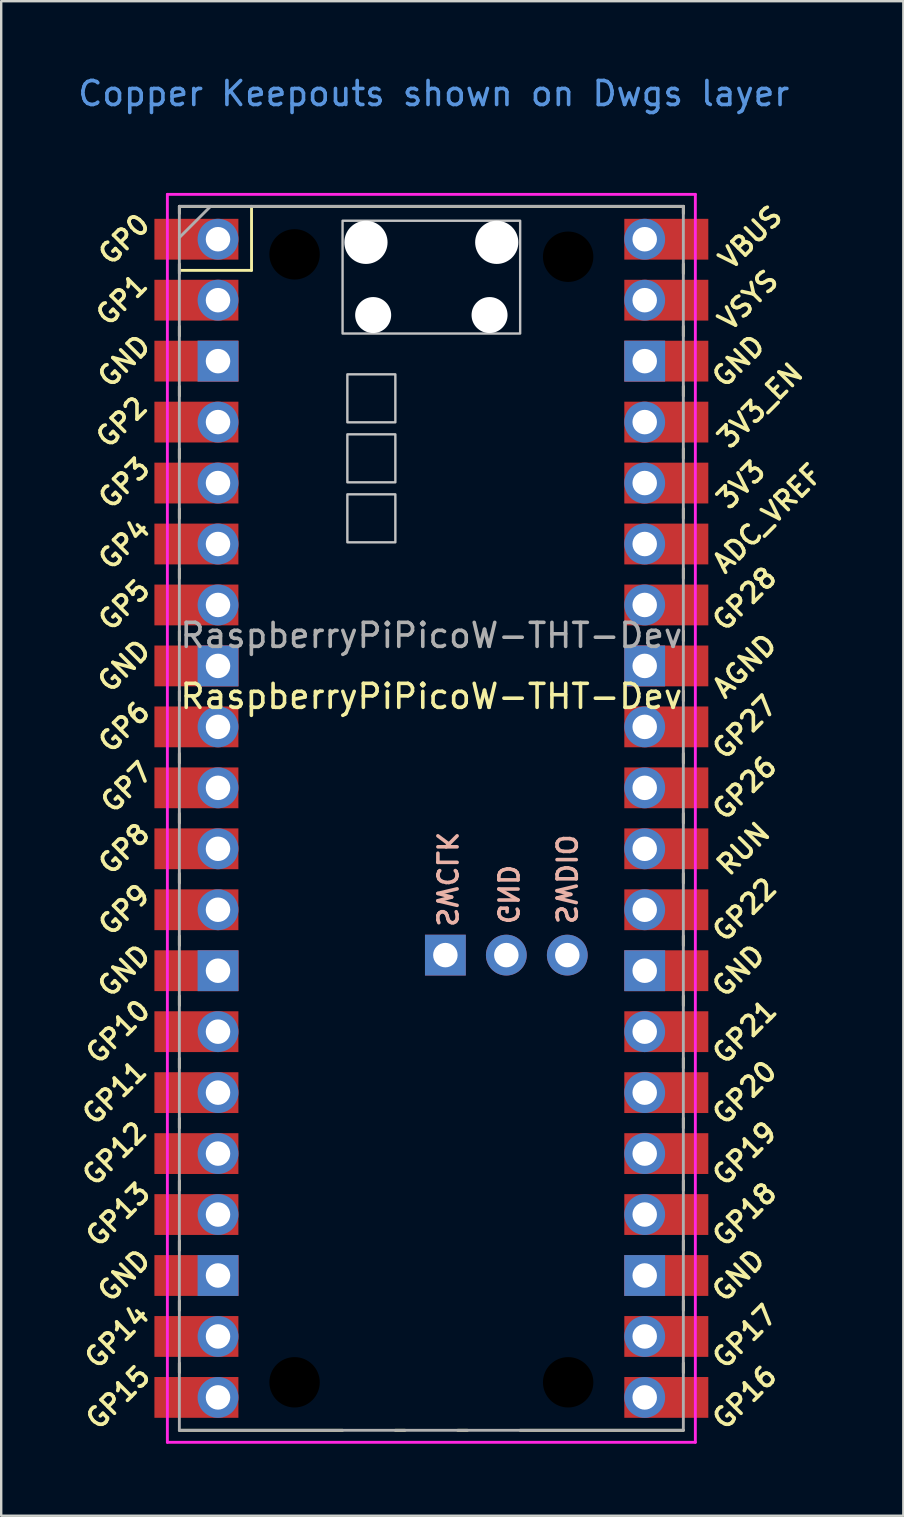
<source format=kicad_pcb>
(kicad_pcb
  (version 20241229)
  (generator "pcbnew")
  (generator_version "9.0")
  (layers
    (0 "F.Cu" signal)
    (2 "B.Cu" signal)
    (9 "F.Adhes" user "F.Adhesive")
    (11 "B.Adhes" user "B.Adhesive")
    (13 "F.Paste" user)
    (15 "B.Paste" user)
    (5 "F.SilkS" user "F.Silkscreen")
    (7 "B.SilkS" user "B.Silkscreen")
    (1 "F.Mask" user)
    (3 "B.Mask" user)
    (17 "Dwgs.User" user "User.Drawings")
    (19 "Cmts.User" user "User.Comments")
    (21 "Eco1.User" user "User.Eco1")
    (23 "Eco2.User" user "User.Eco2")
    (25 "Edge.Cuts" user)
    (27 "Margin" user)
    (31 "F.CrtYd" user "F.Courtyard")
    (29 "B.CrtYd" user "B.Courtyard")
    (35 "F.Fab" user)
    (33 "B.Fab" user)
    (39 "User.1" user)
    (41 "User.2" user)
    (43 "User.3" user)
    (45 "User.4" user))
  (footprint "RaspberryPiPicoW-THT-Dev"
    (layer "F.Cu")
    (at 14.924 31.048)
    (property "Reference" "RaspberryPiPicoW-THT-Dev" (at 0 -5.08 0) (layer "F.SilkS") (effects (font (size 1 1) (thickness 0.15))))
    (attr through_hole)
    (fp_line (start -10.5 -25.5) (end -10.5 -25.2) (stroke (width 0.12) (type solid)) (layer "F.SilkS"))
    (fp_line (start -10.5 -25.5) (end 10.5 -25.5) (stroke (width 0.12) (type solid)) (layer "F.SilkS"))
    (fp_line (start -10.5 -23.1) (end -10.5 -22.7) (stroke (width 0.12) (type solid)) (layer "F.SilkS"))
    (fp_line (start -10.5 -22.833) (end -7.493 -22.833) (stroke (width 0.12) (type solid)) (layer "F.SilkS"))
    (fp_line (start -10.5 -20.5) (end -10.5 -20.1) (stroke (width 0.12) (type solid)) (layer "F.SilkS"))
    (fp_line (start -10.5 -18) (end -10.5 -17.6) (stroke (width 0.12) (type solid)) (layer "F.SilkS"))
    (fp_line (start -10.5 -15.4) (end -10.5 -15) (stroke (width 0.12) (type solid)) (layer "F.SilkS"))
    (fp_line (start -10.5 -12.9) (end -10.5 -12.5) (stroke (width 0.12) (type solid)) (layer "F.SilkS"))
    (fp_line (start -10.5 -10.4) (end -10.5 -10) (stroke (width 0.12) (type solid)) (layer "F.SilkS"))
    (fp_line (start -10.5 -7.8) (end -10.5 -7.4) (stroke (width 0.12) (type solid)) (layer "F.SilkS"))
    (fp_line (start -10.5 -5.3) (end -10.5 -4.9) (stroke (width 0.12) (type solid)) (layer "F.SilkS"))
    (fp_line (start -10.5 -2.7) (end -10.5 -2.3) (stroke (width 0.12) (type solid)) (layer "F.SilkS"))
    (fp_line (start -10.5 -0.2) (end -10.5 0.2) (stroke (width 0.12) (type solid)) (layer "F.SilkS"))
    (fp_line (start -10.5 2.3) (end -10.5 2.7) (stroke (width 0.12) (type solid)) (layer "F.SilkS"))
    (fp_line (start -10.5 4.9) (end -10.5 5.3) (stroke (width 0.12) (type solid)) (layer "F.SilkS"))
    (fp_line (start -10.5 7.4) (end -10.5 7.8) (stroke (width 0.12) (type solid)) (layer "F.SilkS"))
    (fp_line (start -10.5 10) (end -10.5 10.4) (stroke (width 0.12) (type solid)) (layer "F.SilkS"))
    (fp_line (start -10.5 12.5) (end -10.5 12.9) (stroke (width 0.12) (type solid)) (layer "F.SilkS"))
    (fp_line (start -10.5 15.1) (end -10.5 15.5) (stroke (width 0.12) (type solid)) (layer "F.SilkS"))
    (fp_line (start -10.5 17.6) (end -10.5 18) (stroke (width 0.12) (type solid)) (layer "F.SilkS"))
    (fp_line (start -10.5 20.1) (end -10.5 20.5) (stroke (width 0.12) (type solid)) (layer "F.SilkS"))
    (fp_line (start -10.5 22.7) (end -10.5 23.1) (stroke (width 0.12) (type solid)) (layer "F.SilkS"))
    (fp_line (start -7.493 -22.833) (end -7.493 -25.5) (stroke (width 0.12) (type solid)) (layer "F.SilkS"))
    (fp_line (start -3.7 25.5) (end -10.5 25.5) (stroke (width 0.12) (type solid)) (layer "F.SilkS"))
    (fp_line (start -1.5 25.5) (end -1.1 25.5) (stroke (width 0.12) (type solid)) (layer "F.SilkS"))
    (fp_line (start 1.1 25.5) (end 1.5 25.5) (stroke (width 0.12) (type solid)) (layer "F.SilkS"))
    (fp_line (start 10.5 -25.5) (end 10.5 -25.2) (stroke (width 0.12) (type solid)) (layer "F.SilkS"))
    (fp_line (start 10.5 -23.1) (end 10.5 -22.7) (stroke (width 0.12) (type solid)) (layer "F.SilkS"))
    (fp_line (start 10.5 -20.5) (end 10.5 -20.1) (stroke (width 0.12) (type solid)) (layer "F.SilkS"))
    (fp_line (start 10.5 -18) (end 10.5 -17.6) (stroke (width 0.12) (type solid)) (layer "F.SilkS"))
    (fp_line (start 10.5 -15.4) (end 10.5 -15) (stroke (width 0.12) (type solid)) (layer "F.SilkS"))
    (fp_line (start 10.5 -12.9) (end 10.5 -12.5) (stroke (width 0.12) (type solid)) (layer "F.SilkS"))
    (fp_line (start 10.5 -10.4) (end 10.5 -10) (stroke (width 0.12) (type solid)) (layer "F.SilkS"))
    (fp_line (start 10.5 -7.8) (end 10.5 -7.4) (stroke (width 0.12) (type solid)) (layer "F.SilkS"))
    (fp_line (start 10.5 -5.3) (end 10.5 -4.9) (stroke (width 0.12) (type solid)) (layer "F.SilkS"))
    (fp_line (start 10.5 -2.7) (end 10.5 -2.3) (stroke (width 0.12) (type solid)) (layer "F.SilkS"))
    (fp_line (start 10.5 -0.2) (end 10.5 0.2) (stroke (width 0.12) (type solid)) (layer "F.SilkS"))
    (fp_line (start 10.5 2.3) (end 10.5 2.7) (stroke (width 0.12) (type solid)) (layer "F.SilkS"))
    (fp_line (start 10.5 4.9) (end 10.5 5.3) (stroke (width 0.12) (type solid)) (layer "F.SilkS"))
    (fp_line (start 10.5 7.4) (end 10.5 7.8) (stroke (width 0.12) (type solid)) (layer "F.SilkS"))
    (fp_line (start 10.5 10) (end 10.5 10.4) (stroke (width 0.12) (type solid)) (layer "F.SilkS"))
    (fp_line (start 10.5 12.5) (end 10.5 12.9) (stroke (width 0.12) (type solid)) (layer "F.SilkS"))
    (fp_line (start 10.5 15.1) (end 10.5 15.5) (stroke (width 0.12) (type solid)) (layer "F.SilkS"))
    (fp_line (start 10.5 17.6) (end 10.5 18) (stroke (width 0.12) (type solid)) (layer "F.SilkS"))
    (fp_line (start 10.5 20.1) (end 10.5 20.5) (stroke (width 0.12) (type solid)) (layer "F.SilkS"))
    (fp_line (start 10.5 22.7) (end 10.5 23.1) (stroke (width 0.12) (type solid)) (layer "F.SilkS"))
    (fp_line (start 10.5 25.5) (end 3.7 25.5) (stroke (width 0.12) (type solid)) (layer "F.SilkS"))
    (fp_poly (pts (xy -1.5 -16.5) (xy -3.5 -16.5) (xy -3.5 -18.5) (xy -1.5 -18.5)) (stroke (width 0.1) (type solid)) (fill no) (layer "Dwgs.User"))
    (fp_poly (pts (xy -1.5 -14) (xy -3.5 -14) (xy -3.5 -16) (xy -1.5 -16)) (stroke (width 0.1) (type solid)) (fill no) (layer "Dwgs.User"))
    (fp_poly (pts (xy -1.5 -11.5) (xy -3.5 -11.5) (xy -3.5 -13.5) (xy -1.5 -13.5)) (stroke (width 0.1) (type solid)) (fill no) (layer "Dwgs.User"))
    (fp_poly (pts (xy 3.7 -20.2) (xy -3.7 -20.2) (xy -3.7 -24.9) (xy 3.7 -24.9)) (stroke (width 0.1) (type solid)) (fill no) (layer "Dwgs.User"))
    (fp_line (start -11 -26) (end 11 -26) (stroke (width 0.12) (type solid)) (layer "F.CrtYd"))
    (fp_line (start -11 26) (end -11 -26) (stroke (width 0.12) (type solid)) (layer "F.CrtYd"))
    (fp_line (start 11 -26) (end 11 26) (stroke (width 0.12) (type solid)) (layer "F.CrtYd"))
    (fp_line (start 11 26) (end -11 26) (stroke (width 0.12) (type solid)) (layer "F.CrtYd"))
    (fp_line (start -10.5 -25.5) (end 10.5 -25.5) (stroke (width 0.12) (type solid)) (layer "F.Fab"))
    (fp_line (start -10.5 -24.2) (end -9.2 -25.5) (stroke (width 0.12) (type solid)) (layer "F.Fab"))
    (fp_line (start -10.5 25.5) (end -10.5 -25.5) (stroke (width 0.12) (type solid)) (layer "F.Fab"))
    (fp_line (start 10.5 -25.5) (end 10.5 25.5) (stroke (width 0.12) (type solid)) (layer "F.Fab"))
    (fp_line (start 10.5 25.5) (end -10.5 25.5) (stroke (width 0.12) (type solid)) (layer "F.Fab"))
    (fp_text user "3V3" (at 12.9 -13.9 45) (layer "F.SilkS") (effects (font (size 0.8 0.8) (thickness 0.15))))
    (fp_text user "VBUS" (at 13.3 -24.2 45) (layer "F.SilkS") (effects (font (size 0.8 0.8) (thickness 0.15))))
    (fp_text user "GP4" (at -12.8 -11.43 45) (layer "F.SilkS") (effects (font (size 0.8 0.8) (thickness 0.15))))
    (fp_text user "GP10" (at -13.054 8.89 45) (layer "F.SilkS") (effects (font (size 0.8 0.8) (thickness 0.15))))
    (fp_text user "GND" (at -12.8 19.05 45) (layer "F.SilkS") (effects (font (size 0.8 0.8) (thickness 0.15))))
    (fp_text user "GP17" (at 13.054 21.59 45) (layer "F.SilkS") (effects (font (size 0.8 0.8) (thickness 0.15))))
    (fp_text user "GP27" (at 13.054 -3.8 45) (layer "F.SilkS") (effects (font (size 0.8 0.8) (thickness 0.15))))
    (fp_text user "GP20" (at 13.054 11.43 45) (layer "F.SilkS") (effects (font (size 0.8 0.8) (thickness 0.15))))
    (fp_text user "GP9" (at -12.8 3.81 45) (layer "F.SilkS") (effects (font (size 0.8 0.8) (thickness 0.15))))
    (fp_text user "AGND" (at 13.054 -6.35 45) (layer "F.SilkS") (effects (font (size 0.8 0.8) (thickness 0.15))))
    (fp_text user "3V3_EN" (at 13.7 -17.2 45) (layer "F.SilkS") (effects (font (size 0.8 0.8) (thickness 0.15))))
    (fp_text user "GP11" (at -13.2 11.43 45) (layer "F.SilkS") (effects (font (size 0.8 0.8) (thickness 0.15))))
    (fp_text user "GP1" (at -12.9 -21.6 45) (layer "F.SilkS") (effects (font (size 0.8 0.8) (thickness 0.15))))
    (fp_text user "GP2" (at -12.9 -16.51 45) (layer "F.SilkS") (effects (font (size 0.8 0.8) (thickness 0.15))))
    (fp_text user "ADC_VREF" (at 14 -12.5 45) (layer "F.SilkS") (effects (font (size 0.8 0.8) (thickness 0.15))))
    (fp_text user "GP7" (at -12.7 -1.3 45) (layer "F.SilkS") (effects (font (size 0.8 0.8) (thickness 0.15))))
    (fp_text user "GND" (at -12.8 -19.05 45) (layer "F.SilkS") (effects (font (size 0.8 0.8) (thickness 0.15))))
    (fp_text user "GP19" (at 13.054 13.97 45) (layer "F.SilkS") (effects (font (size 0.8 0.8) (thickness 0.15))))
    (fp_text user "GP16" (at 13.054 24.13 45) (layer "F.SilkS") (effects (font (size 0.8 0.8) (thickness 0.15))))
    (fp_text user "GP5" (at -12.8 -8.89 45) (layer "F.SilkS") (effects (font (size 0.8 0.8) (thickness 0.15))))
    (fp_text user "GP8" (at -12.8 1.27 45) (layer "F.SilkS") (effects (font (size 0.8 0.8) (thickness 0.15))))
    (fp_text user "RUN" (at 13 1.27 45) (layer "F.SilkS") (effects (font (size 0.8 0.8) (thickness 0.15))))
    (fp_text user "GP3" (at -12.8 -13.97 45) (layer "F.SilkS") (effects (font (size 0.8 0.8) (thickness 0.15))))
    (fp_text user "VSYS" (at 13.2 -21.59 45) (layer "F.SilkS") (effects (font (size 0.8 0.8) (thickness 0.15))))
    (fp_text user "GND" (at 12.8 6.35 45) (layer "F.SilkS") (effects (font (size 0.8 0.8) (thickness 0.15))))
    (fp_text user "GP22" (at 13.054 3.81 45) (layer "F.SilkS") (effects (font (size 0.8 0.8) (thickness 0.15))))
    (fp_text user "GP14" (at -13.1 21.59 45) (layer "F.SilkS") (effects (font (size 0.8 0.8) (thickness 0.15))))
    (fp_text user "GP26" (at 13.054 -1.27 45) (layer "F.SilkS") (effects (font (size 0.8 0.8) (thickness 0.15))))
    (fp_text user "GP21" (at 13.054 8.9 45) (layer "F.SilkS") (effects (font (size 0.8 0.8) (thickness 0.15))))
    (fp_text user "GP0" (at -12.8 -24.13 45) (layer "F.SilkS") (effects (font (size 0.8 0.8) (thickness 0.15))))
    (fp_text user "GP18" (at 13.054 16.51 45) (layer "F.SilkS") (effects (font (size 0.8 0.8) (thickness 0.15))))
    (fp_text user "GP15" (at -13.054 24.13 45) (layer "F.SilkS") (effects (font (size 0.8 0.8) (thickness 0.15))))
    (fp_text user "GND" (at -12.8 6.35 45) (layer "F.SilkS") (effects (font (size 0.8 0.8) (thickness 0.15))))
    (fp_text user "GP28" (at 13.054 -9.144 45) (layer "F.SilkS") (effects (font (size 0.8 0.8) (thickness 0.15))))
    (fp_text user "GND" (at -12.8 -6.35 45) (layer "F.SilkS") (effects (font (size 0.8 0.8) (thickness 0.15))))
    (fp_text user "GP6" (at -12.8 -3.81 45) (layer "F.SilkS") (effects (font (size 0.8 0.8) (thickness 0.15))))
    (fp_text user "GP12" (at -13.2 13.97 45) (layer "F.SilkS") (effects (font (size 0.8 0.8) (thickness 0.15))))
    (fp_text user "GP13" (at -13.054 16.51 45) (layer "F.SilkS") (effects (font (size 0.8 0.8) (thickness 0.15))))
    (fp_text user "GND" (at 12.8 19.05 45) (layer "F.SilkS") (effects (font (size 0.8 0.8) (thickness 0.15))))
    (fp_text user "GND" (at 12.8 -19.05 45) (layer "F.SilkS") (effects (font (size 0.8 0.8) (thickness 0.15))))
    (fp_text user "GND" (at 3.175 3.175 270) (unlocked yes) (layer "B.SilkS") (effects (font (size 0.8 0.8) (thickness 0.15)) (justify mirror)))
    (fp_text user "SWCLK" (at 0.635 2.54 270) (unlocked yes) (layer "B.SilkS") (effects (font (size 0.8 0.8) (thickness 0.15)) (justify mirror)))
    (fp_text user "SWDIO" (at 5.6 2.54 270) (unlocked yes) (layer "B.SilkS") (effects (font (size 0.8 0.8) (thickness 0.15)) (justify mirror)))
    (fp_text user "Copper Keepouts shown on Dwgs layer" (at 0.1 -30.2 0) (layer "Cmts.User") (effects (font (size 1 1) (thickness 0.15))))
    (fp_text user "${REFERENCE}" (at 0 -7.62 180) (layer "F.Fab") (effects (font (size 1 1) (thickness 0.15))))
    (pad "" np_thru_hole circle (at -5.7 -23.5) (size 2.1 2.1) (drill 2.1) (layers "*.Mask"))
    (pad "" np_thru_hole circle (at -5.7 23.5) (size 2.1 2.1) (drill 2.1) (layers "*.Mask"))
    (pad "" np_thru_hole oval (at -2.725 -24) (size 1.8 1.8) (drill 1.8) (layers "*.Cu" "*.Mask"))
    (pad "" np_thru_hole oval (at -2.425 -20.97) (size 1.5 1.5) (drill 1.5) (layers "*.Cu" "*.Mask"))
    (pad "" np_thru_hole oval (at 2.425 -20.97) (size 1.5 1.5) (drill 1.5) (layers "*.Cu" "*.Mask"))
    (pad "" np_thru_hole oval (at 2.725 -24) (size 1.8 1.8) (drill 1.8) (layers "*.Cu" "*.Mask"))
    (pad "" np_thru_hole circle (at 5.7 -23.4) (size 2.1 2.1) (drill 2.1) (layers "*.Mask"))
    (pad "" np_thru_hole circle (at 5.7 23.5) (size 2.1 2.1) (drill 2.1) (layers "*.Mask"))
    (pad "1" thru_hole oval (at -8.89 -24.13) (size 1.7 1.7) (drill 1.02) (layers "*.Cu" "*.Mask"))
    (pad "1" smd rect (at -8.89 -24.13) (size 3.5 1.7) (drill (offset -0.9 0)) (layers "F.Cu" "F.Mask"))
    (pad "2" thru_hole oval (at -8.89 -21.59) (size 1.7 1.7) (drill 1.02) (layers "*.Cu" "*.Mask"))
    (pad "2" smd rect (at -8.89 -21.59) (size 3.5 1.7) (drill (offset -0.9 0)) (layers "F.Cu" "F.Mask"))
    (pad "3" thru_hole rect (at -8.89 -19.05) (size 1.7 1.7) (drill 1.02) (layers "*.Cu" "*.Mask"))
    (pad "3" smd rect (at -8.89 -19.05) (size 3.5 1.7) (drill (offset -0.9 0)) (layers "F.Cu" "F.Mask"))
    (pad "4" thru_hole oval (at -8.89 -16.51) (size 1.7 1.7) (drill 1.02) (layers "*.Cu" "*.Mask"))
    (pad "4" smd rect (at -8.89 -16.51) (size 3.5 1.7) (drill (offset -0.9 0)) (layers "F.Cu" "F.Mask"))
    (pad "5" thru_hole oval (at -8.89 -13.97) (size 1.7 1.7) (drill 1.02) (layers "*.Cu" "*.Mask"))
    (pad "5" smd rect (at -8.89 -13.97) (size 3.5 1.7) (drill (offset -0.9 0)) (layers "F.Cu" "F.Mask"))
    (pad "6" thru_hole oval (at -8.89 -11.43) (size 1.7 1.7) (drill 1.02) (layers "*.Cu" "*.Mask"))
    (pad "6" smd rect (at -8.89 -11.43) (size 3.5 1.7) (drill (offset -0.9 0)) (layers "F.Cu" "F.Mask"))
    (pad "7" thru_hole oval (at -8.89 -8.89) (size 1.7 1.7) (drill 1.02) (layers "*.Cu" "*.Mask"))
    (pad "7" smd rect (at -8.89 -8.89) (size 3.5 1.7) (drill (offset -0.9 0)) (layers "F.Cu" "F.Mask"))
    (pad "8" thru_hole rect (at -8.89 -6.35) (size 1.7 1.7) (drill 1.02) (layers "*.Cu" "*.Mask"))
    (pad "8" smd rect (at -8.89 -6.35) (size 3.5 1.7) (drill (offset -0.9 0)) (layers "F.Cu" "F.Mask"))
    (pad "9" thru_hole oval (at -8.89 -3.81) (size 1.7 1.7) (drill 1.02) (layers "*.Cu" "*.Mask"))
    (pad "9" smd rect (at -8.89 -3.81) (size 3.5 1.7) (drill (offset -0.9 0)) (layers "F.Cu" "F.Mask"))
    (pad "10" thru_hole oval (at -8.89 -1.27) (size 1.7 1.7) (drill 1.02) (layers "*.Cu" "*.Mask"))
    (pad "10" smd rect (at -8.89 -1.27) (size 3.5 1.7) (drill (offset -0.9 0)) (layers "F.Cu" "F.Mask"))
    (pad "11" thru_hole oval (at -8.89 1.27) (size 1.7 1.7) (drill 1.02) (layers "*.Cu" "*.Mask"))
    (pad "11" smd rect (at -8.89 1.27) (size 3.5 1.7) (drill (offset -0.9 0)) (layers "F.Cu" "F.Mask"))
    (pad "12" thru_hole oval (at -8.89 3.81) (size 1.7 1.7) (drill 1.02) (layers "*.Cu" "*.Mask"))
    (pad "12" smd rect (at -8.89 3.81) (size 3.5 1.7) (drill (offset -0.9 0)) (layers "F.Cu" "F.Mask"))
    (pad "13" thru_hole rect (at -8.89 6.35) (size 1.7 1.7) (drill 1.02) (layers "*.Cu" "*.Mask"))
    (pad "13" smd rect (at -8.89 6.35) (size 3.5 1.7) (drill (offset -0.9 0)) (layers "F.Cu" "F.Mask"))
    (pad "14" thru_hole oval (at -8.89 8.89) (size 1.7 1.7) (drill 1.02) (layers "*.Cu" "*.Mask"))
    (pad "14" smd rect (at -8.89 8.89) (size 3.5 1.7) (drill (offset -0.9 0)) (layers "F.Cu" "F.Mask"))
    (pad "15" thru_hole oval (at -8.89 11.43) (size 1.7 1.7) (drill 1.02) (layers "*.Cu" "*.Mask"))
    (pad "15" smd rect (at -8.89 11.43) (size 3.5 1.7) (drill (offset -0.9 0)) (layers "F.Cu" "F.Mask"))
    (pad "16" thru_hole oval (at -8.89 13.97) (size 1.7 1.7) (drill 1.02) (layers "*.Cu" "*.Mask"))
    (pad "16" smd rect (at -8.89 13.97) (size 3.5 1.7) (drill (offset -0.9 0)) (layers "F.Cu" "F.Mask"))
    (pad "17" thru_hole oval (at -8.89 16.51) (size 1.7 1.7) (drill 1.02) (layers "*.Cu" "*.Mask"))
    (pad "17" smd rect (at -8.89 16.51) (size 3.5 1.7) (drill (offset -0.9 0)) (layers "F.Cu" "F.Mask"))
    (pad "18" thru_hole rect (at -8.89 19.05) (size 1.7 1.7) (drill 1.02) (layers "*.Cu" "*.Mask"))
    (pad "18" smd rect (at -8.89 19.05) (size 3.5 1.7) (drill (offset -0.9 0)) (layers "F.Cu" "F.Mask"))
    (pad "19" thru_hole oval (at -8.89 21.59) (size 1.7 1.7) (drill 1.02) (layers "*.Cu" "*.Mask"))
    (pad "19" smd rect (at -8.89 21.59) (size 3.5 1.7) (drill (offset -0.9 0)) (layers "F.Cu" "F.Mask"))
    (pad "20" thru_hole oval (at -8.89 24.13) (size 1.7 1.7) (drill 1.02) (layers "*.Cu" "*.Mask"))
    (pad "20" smd rect (at -8.89 24.13) (size 3.5 1.7) (drill (offset -0.9 0)) (layers "F.Cu" "F.Mask"))
    (pad "21" thru_hole oval (at 8.89 24.13) (size 1.7 1.7) (drill 1.02) (layers "*.Cu" "*.Mask"))
    (pad "21" smd rect (at 8.89 24.13) (size 3.5 1.7) (drill (offset 0.9 0)) (layers "F.Cu" "F.Mask"))
    (pad "22" thru_hole oval (at 8.89 21.59) (size 1.7 1.7) (drill 1.02) (layers "*.Cu" "*.Mask"))
    (pad "22" smd rect (at 8.89 21.59) (size 3.5 1.7) (drill (offset 0.9 0)) (layers "F.Cu" "F.Mask"))
    (pad "23" thru_hole rect (at 8.89 19.05) (size 1.7 1.7) (drill 1.02) (layers "*.Cu" "*.Mask"))
    (pad "23" smd rect (at 8.89 19.05) (size 3.5 1.7) (drill (offset 0.9 0)) (layers "F.Cu" "F.Mask"))
    (pad "24" thru_hole oval (at 8.89 16.51) (size 1.7 1.7) (drill 1.02) (layers "*.Cu" "*.Mask"))
    (pad "24" smd rect (at 8.89 16.51) (size 3.5 1.7) (drill (offset 0.9 0)) (layers "F.Cu" "F.Mask"))
    (pad "25" thru_hole oval (at 8.89 13.97) (size 1.7 1.7) (drill 1.02) (layers "*.Cu" "*.Mask"))
    (pad "25" smd rect (at 8.89 13.97) (size 3.5 1.7) (drill (offset 0.9 0)) (layers "F.Cu" "F.Mask"))
    (pad "26" thru_hole oval (at 8.89 11.43) (size 1.7 1.7) (drill 1.02) (layers "*.Cu" "*.Mask"))
    (pad "26" smd rect (at 8.89 11.43) (size 3.5 1.7) (drill (offset 0.9 0)) (layers "F.Cu" "F.Mask"))
    (pad "27" thru_hole oval (at 8.89 8.89) (size 1.7 1.7) (drill 1.02) (layers "*.Cu" "*.Mask"))
    (pad "27" smd rect (at 8.89 8.89) (size 3.5 1.7) (drill (offset 0.9 0)) (layers "F.Cu" "F.Mask"))
    (pad "28" thru_hole rect (at 8.89 6.35) (size 1.7 1.7) (drill 1.02) (layers "*.Cu" "*.Mask"))
    (pad "28" smd rect (at 8.89 6.35) (size 3.5 1.7) (drill (offset 0.9 0)) (layers "F.Cu" "F.Mask"))
    (pad "29" thru_hole oval (at 8.89 3.81) (size 1.7 1.7) (drill 1.02) (layers "*.Cu" "*.Mask"))
    (pad "29" smd rect (at 8.89 3.81) (size 3.5 1.7) (drill (offset 0.9 0)) (layers "F.Cu" "F.Mask"))
    (pad "30" thru_hole oval (at 8.89 1.27) (size 1.7 1.7) (drill 1.02) (layers "*.Cu" "*.Mask"))
    (pad "30" smd rect (at 8.89 1.27) (size 3.5 1.7) (drill (offset 0.9 0)) (layers "F.Cu" "F.Mask"))
    (pad "31" thru_hole oval (at 8.89 -1.27) (size 1.7 1.7) (drill 1.02) (layers "*.Cu" "*.Mask"))
    (pad "31" smd rect (at 8.89 -1.27) (size 3.5 1.7) (drill (offset 0.9 0)) (layers "F.Cu" "F.Mask"))
    (pad "32" thru_hole oval (at 8.89 -3.81) (size 1.7 1.7) (drill 1.02) (layers "*.Cu" "*.Mask"))
    (pad "32" smd rect (at 8.89 -3.81) (size 3.5 1.7) (drill (offset 0.9 0)) (layers "F.Cu" "F.Mask"))
    (pad "33" thru_hole rect (at 8.89 -6.35) (size 1.7 1.7) (drill 1.02) (layers "*.Cu" "*.Mask"))
    (pad "33" smd rect (at 8.89 -6.35) (size 3.5 1.7) (drill (offset 0.9 0)) (layers "F.Cu" "F.Mask"))
    (pad "34" thru_hole oval (at 8.89 -8.89) (size 1.7 1.7) (drill 1.02) (layers "*.Cu" "*.Mask"))
    (pad "34" smd rect (at 8.89 -8.89) (size 3.5 1.7) (drill (offset 0.9 0)) (layers "F.Cu" "F.Mask"))
    (pad "35" thru_hole oval (at 8.89 -11.43) (size 1.7 1.7) (drill 1.02) (layers "*.Cu" "*.Mask"))
    (pad "35" smd rect (at 8.89 -11.43) (size 3.5 1.7) (drill (offset 0.9 0)) (layers "F.Cu" "F.Mask"))
    (pad "36" thru_hole oval (at 8.89 -13.97) (size 1.7 1.7) (drill 1.02) (layers "*.Cu" "*.Mask"))
    (pad "36" smd rect (at 8.89 -13.97) (size 3.5 1.7) (drill (offset 0.9 0)) (layers "F.Cu" "F.Mask"))
    (pad "37" thru_hole oval (at 8.89 -16.51) (size 1.7 1.7) (drill 1.02) (layers "*.Cu" "*.Mask"))
    (pad "37" smd rect (at 8.89 -16.51) (size 3.5 1.7) (drill (offset 0.9 0)) (layers "F.Cu" "F.Mask"))
    (pad "38" thru_hole rect (at 8.89 -19.05) (size 1.7 1.7) (drill 1.02) (layers "*.Cu" "*.Mask"))
    (pad "38" smd rect (at 8.89 -19.05) (size 3.5 1.7) (drill (offset 0.9 0)) (layers "F.Cu" "F.Mask"))
    (pad "39" thru_hole oval (at 8.89 -21.59) (size 1.7 1.7) (drill 1.02) (layers "*.Cu" "*.Mask"))
    (pad "39" smd rect (at 8.89 -21.59) (size 3.5 1.7) (drill (offset 0.9 0)) (layers "F.Cu" "F.Mask"))
    (pad "40" thru_hole oval (at 8.89 -24.13) (size 1.7 1.7) (drill 1.02) (layers "*.Cu" "*.Mask"))
    (pad "40" smd rect (at 8.89 -24.13) (size 3.5 1.7) (drill (offset 0.9 0)) (layers "F.Cu" "F.Mask"))
    (pad "41" thru_hole rect (at 0.584 5.7) (size 1.7 1.7) (drill 1.02) (layers "*.Cu" "*.Mask"))
    (pad "42" thru_hole circle (at 3.124 5.7) (size 1.7 1.7) (drill 1.02) (layers "*.Cu" "*.Mask"))
    (pad "43" thru_hole oval (at 5.664 5.7) (size 1.7 1.7) (drill 1.02) (layers "*.Cu" "*.Mask")))
  (gr_rect
    (start -3 -3)
    (end 34.591 60.108)
    (stroke (width 0.1) (type default))
    (fill no)
    (layer "Edge.Cuts")))
</source>
